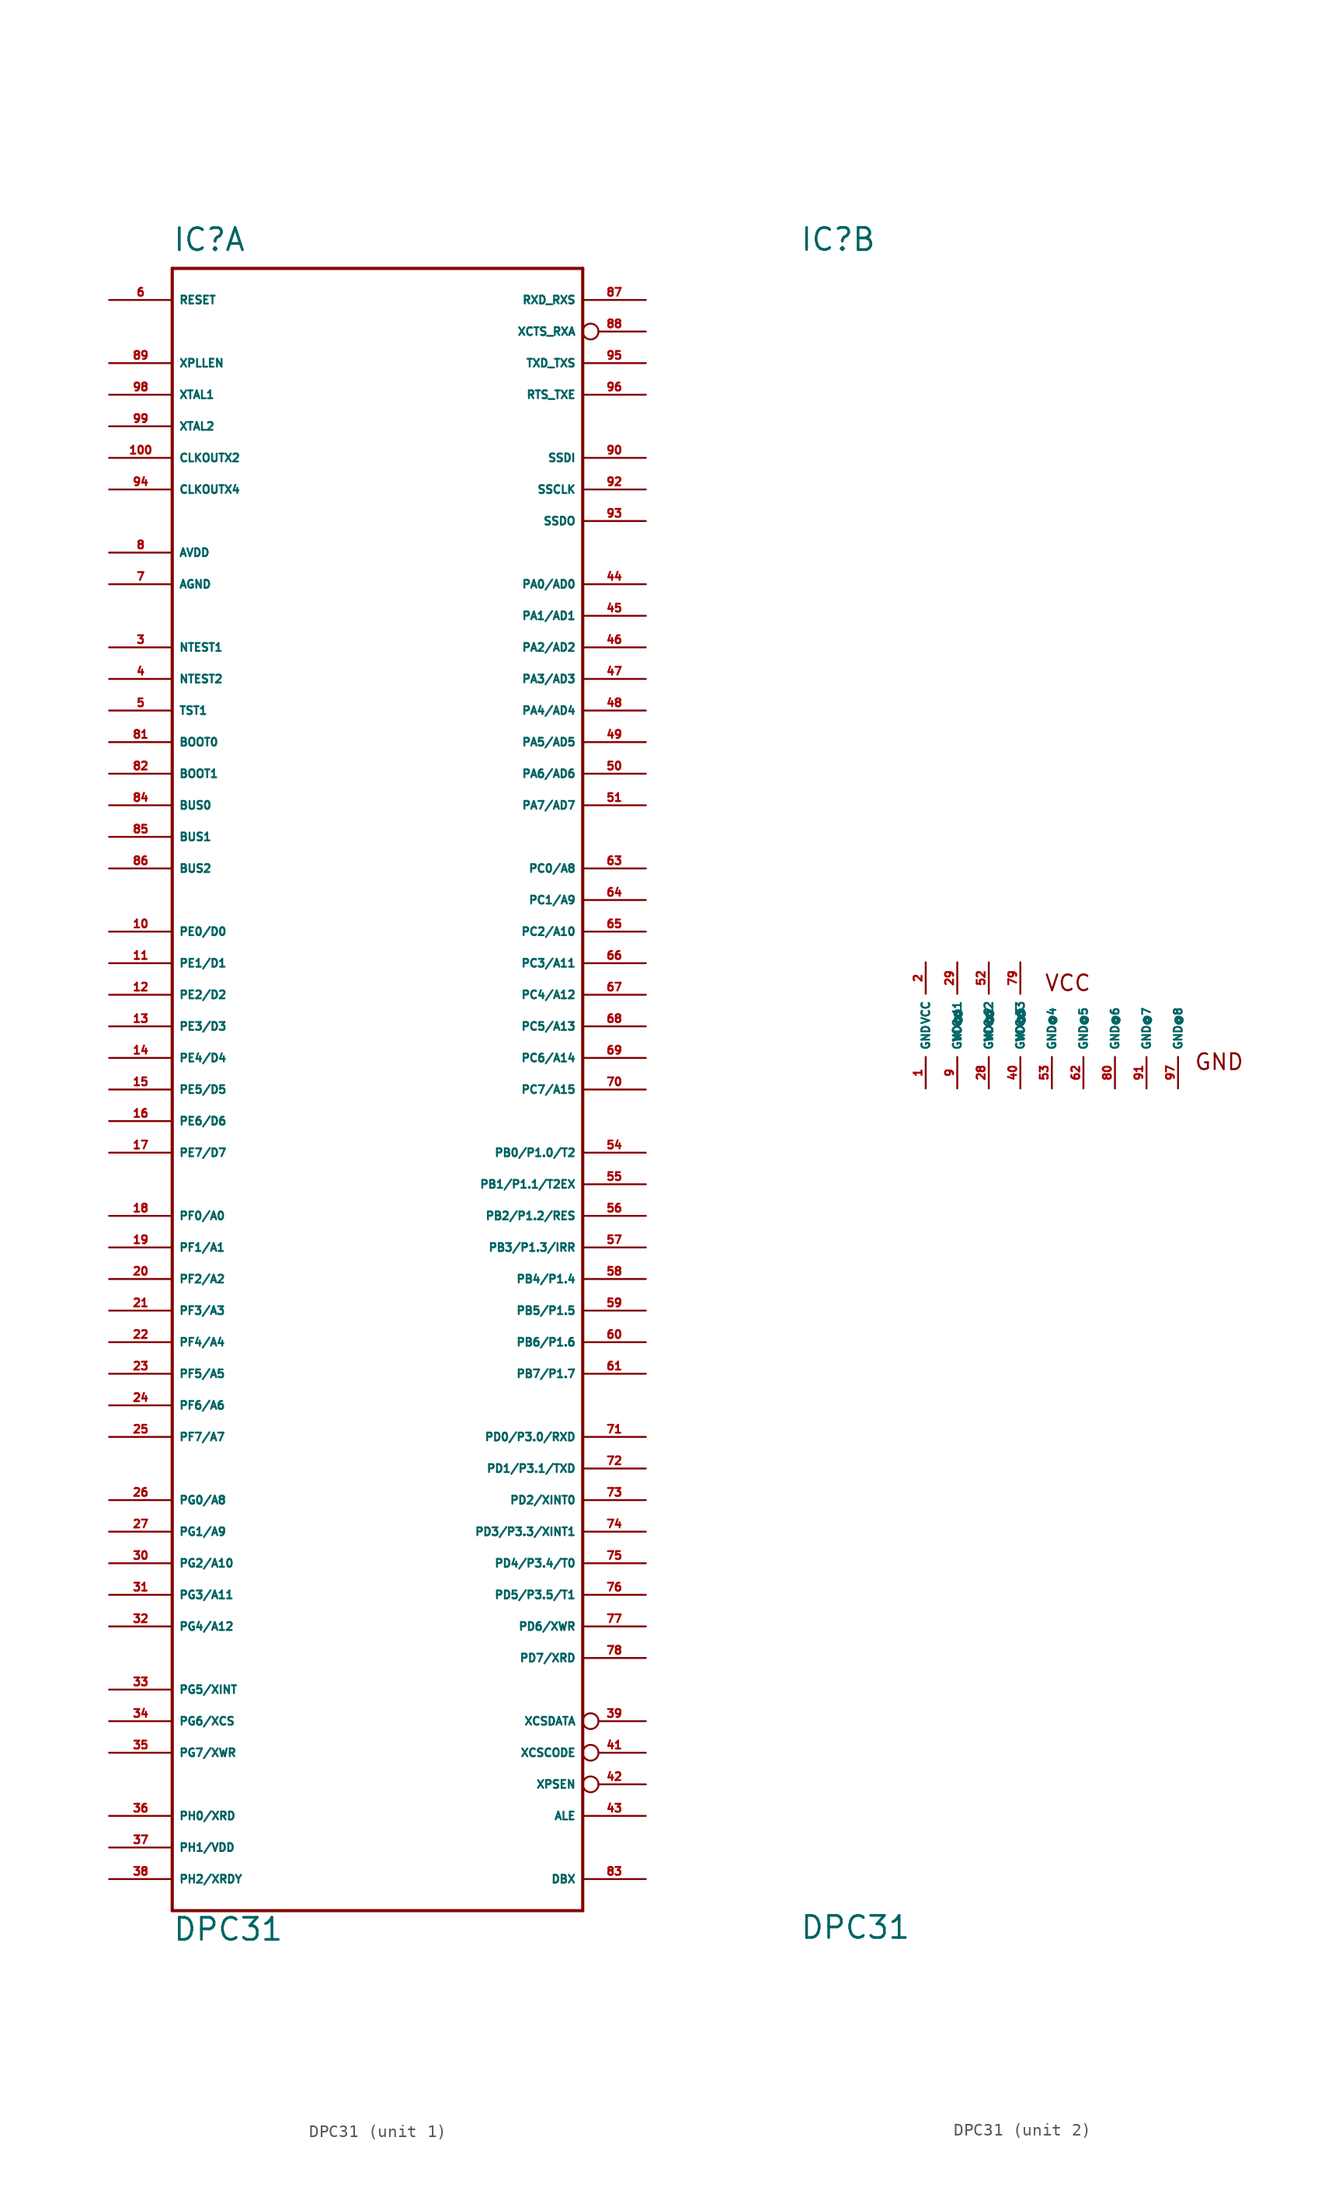
<source format=kicad_sym>
(kicad_symbol_lib
  (version 20220914)
  (generator Eagle2Kicad)
  (symbol "DPC31"
    (property "Reference" "IC"
      (at -17.78 62.23 0)
      (effects (font (size 1.778 1.778) (thickness 0.22)) (justify left bottom)))
    (property "Value" "DPC31"
      (at -17.78 -73.66 0)
      (effects (font (size 1.778 1.778) (thickness 0.22)) (justify left bottom)))
    (symbol "DPC31_1_0"
      (polyline (pts (xy -17.78 60.96) (xy 15.24 60.96)) (stroke (width 0.254) (type default)) (fill (type none)))
      (polyline (pts (xy 15.24 60.96) (xy 15.24 -71.12)) (stroke (width 0.254) (type default)) (fill (type none)))
      (polyline (pts (xy 15.24 -71.12) (xy -17.78 -71.12)) (stroke (width 0.254) (type default)) (fill (type none)))
      (polyline (pts (xy -17.78 -71.12) (xy -17.78 60.96)) (stroke (width 0.254) (type default)) (fill (type none)))
      (pin output line (at 20.32 -63.5 180) (length 5.08) (name "ALE" (effects (font (size 0.635 0.635) (thickness 0.08)) (justify left bottom))) (number "43" (effects (font (size 0.635 0.635) (thickness 0.08)) (justify left bottom))))
      (pin output inverted (at 20.32 -60.96 180) (length 5.08) (name "XPSEN" (effects (font (size 0.635 0.635) (thickness 0.08)) (justify left bottom))) (number "42" (effects (font (size 0.635 0.635) (thickness 0.08)) (justify left bottom))))
      (pin output inverted (at 20.32 -55.88 180) (length 5.08) (name "XCSDATA" (effects (font (size 0.635 0.635) (thickness 0.08)) (justify left bottom))) (number "39" (effects (font (size 0.635 0.635) (thickness 0.08)) (justify left bottom))))
      (pin input line (at -22.86 58.42 0) (length 5.08) (name "RESET" (effects (font (size 0.635 0.635) (thickness 0.08)) (justify left bottom))) (number "6" (effects (font (size 0.635 0.635) (thickness 0.08)) (justify left bottom))))
      (pin input line (at 20.32 58.42 180) (length 5.08) (name "RXD_RXS" (effects (font (size 0.635 0.635) (thickness 0.08)) (justify left bottom))) (number "87" (effects (font (size 0.635 0.635) (thickness 0.08)) (justify left bottom))))
      (pin output inverted (at 20.32 -58.42 180) (length 5.08) (name "XCSCODE" (effects (font (size 0.635 0.635) (thickness 0.08)) (justify left bottom))) (number "41" (effects (font (size 0.635 0.635) (thickness 0.08)) (justify left bottom))))
      (pin input line (at -22.86 50.8 0) (length 5.08) (name "XTAL1" (effects (font (size 0.635 0.635) (thickness 0.08)) (justify left bottom))) (number "98" (effects (font (size 0.635 0.635) (thickness 0.08)) (justify left bottom))))
      (pin output line (at -22.86 48.26 0) (length 5.08) (name "XTAL2" (effects (font (size 0.635 0.635) (thickness 0.08)) (justify left bottom))) (number "99" (effects (font (size 0.635 0.635) (thickness 0.08)) (justify left bottom))))
      (pin output line (at -22.86 45.72 0) (length 5.08) (name "CLKOUTX2" (effects (font (size 0.635 0.635) (thickness 0.08)) (justify left bottom))) (number "100" (effects (font (size 0.635 0.635) (thickness 0.08)) (justify left bottom))))
      (pin output line (at -22.86 43.18 0) (length 5.08) (name "CLKOUTX4" (effects (font (size 0.635 0.635) (thickness 0.08)) (justify left bottom))) (number "94" (effects (font (size 0.635 0.635) (thickness 0.08)) (justify left bottom))))
      (pin unspecified line (at -22.86 38.1 0) (length 5.08) (name "AVDD" (effects (font (size 0.635 0.635) (thickness 0.08)) (justify left bottom))) (number "8" (effects (font (size 0.635 0.635) (thickness 0.08)) (justify left bottom))))
      (pin unspecified line (at -22.86 35.56 0) (length 5.08) (name "AGND" (effects (font (size 0.635 0.635) (thickness 0.08)) (justify left bottom))) (number "7" (effects (font (size 0.635 0.635) (thickness 0.08)) (justify left bottom))))
      (pin input line (at -22.86 30.48 0) (length 5.08) (name "NTEST1" (effects (font (size 0.635 0.635) (thickness 0.08)) (justify left bottom))) (number "3" (effects (font (size 0.635 0.635) (thickness 0.08)) (justify left bottom))))
      (pin input line (at -22.86 27.94 0) (length 5.08) (name "NTEST2" (effects (font (size 0.635 0.635) (thickness 0.08)) (justify left bottom))) (number "4" (effects (font (size 0.635 0.635) (thickness 0.08)) (justify left bottom))))
      (pin input line (at -22.86 25.4 0) (length 5.08) (name "TST1" (effects (font (size 0.635 0.635) (thickness 0.08)) (justify left bottom))) (number "5" (effects (font (size 0.635 0.635) (thickness 0.08)) (justify left bottom))))
      (pin input line (at -22.86 22.86 0) (length 5.08) (name "BOOT0" (effects (font (size 0.635 0.635) (thickness 0.08)) (justify left bottom))) (number "81" (effects (font (size 0.635 0.635) (thickness 0.08)) (justify left bottom))))
      (pin input line (at -22.86 20.32 0) (length 5.08) (name "BOOT1" (effects (font (size 0.635 0.635) (thickness 0.08)) (justify left bottom))) (number "82" (effects (font (size 0.635 0.635) (thickness 0.08)) (justify left bottom))))
      (pin input line (at -22.86 17.78 0) (length 5.08) (name "BUS0" (effects (font (size 0.635 0.635) (thickness 0.08)) (justify left bottom))) (number "84" (effects (font (size 0.635 0.635) (thickness 0.08)) (justify left bottom))))
      (pin input line (at -22.86 15.24 0) (length 5.08) (name "BUS1" (effects (font (size 0.635 0.635) (thickness 0.08)) (justify left bottom))) (number "85" (effects (font (size 0.635 0.635) (thickness 0.08)) (justify left bottom))))
      (pin input line (at -22.86 12.7 0) (length 5.08) (name "BUS2" (effects (font (size 0.635 0.635) (thickness 0.08)) (justify left bottom))) (number "86" (effects (font (size 0.635 0.635) (thickness 0.08)) (justify left bottom))))
      (pin bidirectional line (at -22.86 7.62 0) (length 5.08) (name "PE0/D0" (effects (font (size 0.635 0.635) (thickness 0.08)) (justify left bottom))) (number "10" (effects (font (size 0.635 0.635) (thickness 0.08)) (justify left bottom))))
      (pin bidirectional line (at -22.86 5.08 0) (length 5.08) (name "PE1/D1" (effects (font (size 0.635 0.635) (thickness 0.08)) (justify left bottom))) (number "11" (effects (font (size 0.635 0.635) (thickness 0.08)) (justify left bottom))))
      (pin bidirectional line (at -22.86 2.54 0) (length 5.08) (name "PE2/D2" (effects (font (size 0.635 0.635) (thickness 0.08)) (justify left bottom))) (number "12" (effects (font (size 0.635 0.635) (thickness 0.08)) (justify left bottom))))
      (pin bidirectional line (at -22.86 0 0) (length 5.08) (name "PE3/D3" (effects (font (size 0.635 0.635) (thickness 0.08)) (justify left bottom))) (number "13" (effects (font (size 0.635 0.635) (thickness 0.08)) (justify left bottom))))
      (pin bidirectional line (at -22.86 -2.54 0) (length 5.08) (name "PE4/D4" (effects (font (size 0.635 0.635) (thickness 0.08)) (justify left bottom))) (number "14" (effects (font (size 0.635 0.635) (thickness 0.08)) (justify left bottom))))
      (pin bidirectional line (at -22.86 -5.08 0) (length 5.08) (name "PE5/D5" (effects (font (size 0.635 0.635) (thickness 0.08)) (justify left bottom))) (number "15" (effects (font (size 0.635 0.635) (thickness 0.08)) (justify left bottom))))
      (pin bidirectional line (at -22.86 -7.62 0) (length 5.08) (name "PE6/D6" (effects (font (size 0.635 0.635) (thickness 0.08)) (justify left bottom))) (number "16" (effects (font (size 0.635 0.635) (thickness 0.08)) (justify left bottom))))
      (pin bidirectional line (at -22.86 -10.16 0) (length 5.08) (name "PE7/D7" (effects (font (size 0.635 0.635) (thickness 0.08)) (justify left bottom))) (number "17" (effects (font (size 0.635 0.635) (thickness 0.08)) (justify left bottom))))
      (pin input line (at -22.86 53.34 0) (length 5.08) (name "XPLLEN" (effects (font (size 0.635 0.635) (thickness 0.08)) (justify left bottom))) (number "89" (effects (font (size 0.635 0.635) (thickness 0.08)) (justify left bottom))))
      (pin input line (at -22.86 -15.24 0) (length 5.08) (name "PF0/A0" (effects (font (size 0.635 0.635) (thickness 0.08)) (justify left bottom))) (number "18" (effects (font (size 0.635 0.635) (thickness 0.08)) (justify left bottom))))
      (pin input line (at -22.86 -17.78 0) (length 5.08) (name "PF1/A1" (effects (font (size 0.635 0.635) (thickness 0.08)) (justify left bottom))) (number "19" (effects (font (size 0.635 0.635) (thickness 0.08)) (justify left bottom))))
      (pin input line (at -22.86 -20.32 0) (length 5.08) (name "PF2/A2" (effects (font (size 0.635 0.635) (thickness 0.08)) (justify left bottom))) (number "20" (effects (font (size 0.635 0.635) (thickness 0.08)) (justify left bottom))))
      (pin input line (at -22.86 -22.86 0) (length 5.08) (name "PF3/A3" (effects (font (size 0.635 0.635) (thickness 0.08)) (justify left bottom))) (number "21" (effects (font (size 0.635 0.635) (thickness 0.08)) (justify left bottom))))
      (pin input line (at -22.86 -25.4 0) (length 5.08) (name "PF4/A4" (effects (font (size 0.635 0.635) (thickness 0.08)) (justify left bottom))) (number "22" (effects (font (size 0.635 0.635) (thickness 0.08)) (justify left bottom))))
      (pin input line (at -22.86 -27.94 0) (length 5.08) (name "PF5/A5" (effects (font (size 0.635 0.635) (thickness 0.08)) (justify left bottom))) (number "23" (effects (font (size 0.635 0.635) (thickness 0.08)) (justify left bottom))))
      (pin input line (at -22.86 -30.48 0) (length 5.08) (name "PF6/A6" (effects (font (size 0.635 0.635) (thickness 0.08)) (justify left bottom))) (number "24" (effects (font (size 0.635 0.635) (thickness 0.08)) (justify left bottom))))
      (pin input line (at -22.86 -33.02 0) (length 5.08) (name "PF7/A7" (effects (font (size 0.635 0.635) (thickness 0.08)) (justify left bottom))) (number "25" (effects (font (size 0.635 0.635) (thickness 0.08)) (justify left bottom))))
      (pin input line (at -22.86 -38.1 0) (length 5.08) (name "PG0/A8" (effects (font (size 0.635 0.635) (thickness 0.08)) (justify left bottom))) (number "26" (effects (font (size 0.635 0.635) (thickness 0.08)) (justify left bottom))))
      (pin input line (at -22.86 -40.64 0) (length 5.08) (name "PG1/A9" (effects (font (size 0.635 0.635) (thickness 0.08)) (justify left bottom))) (number "27" (effects (font (size 0.635 0.635) (thickness 0.08)) (justify left bottom))))
      (pin input line (at -22.86 -43.18 0) (length 5.08) (name "PG2/A10" (effects (font (size 0.635 0.635) (thickness 0.08)) (justify left bottom))) (number "30" (effects (font (size 0.635 0.635) (thickness 0.08)) (justify left bottom))))
      (pin input line (at -22.86 -45.72 0) (length 5.08) (name "PG3/A11" (effects (font (size 0.635 0.635) (thickness 0.08)) (justify left bottom))) (number "31" (effects (font (size 0.635 0.635) (thickness 0.08)) (justify left bottom))))
      (pin input line (at -22.86 -48.26 0) (length 5.08) (name "PG4/A12" (effects (font (size 0.635 0.635) (thickness 0.08)) (justify left bottom))) (number "32" (effects (font (size 0.635 0.635) (thickness 0.08)) (justify left bottom))))
      (pin output line (at -22.86 -53.34 0) (length 5.08) (name "PG5/XINT" (effects (font (size 0.635 0.635) (thickness 0.08)) (justify left bottom))) (number "33" (effects (font (size 0.635 0.635) (thickness 0.08)) (justify left bottom))))
      (pin input line (at -22.86 -55.88 0) (length 5.08) (name "PG6/XCS" (effects (font (size 0.635 0.635) (thickness 0.08)) (justify left bottom))) (number "34" (effects (font (size 0.635 0.635) (thickness 0.08)) (justify left bottom))))
      (pin input line (at -22.86 -58.42 0) (length 5.08) (name "PG7/XWR" (effects (font (size 0.635 0.635) (thickness 0.08)) (justify left bottom))) (number "35" (effects (font (size 0.635 0.635) (thickness 0.08)) (justify left bottom))))
      (pin input line (at -22.86 -63.5 0) (length 5.08) (name "PH0/XRD" (effects (font (size 0.635 0.635) (thickness 0.08)) (justify left bottom))) (number "36" (effects (font (size 0.635 0.635) (thickness 0.08)) (justify left bottom))))
      (pin input line (at -22.86 -66.04 0) (length 5.08) (name "PH1/VDD" (effects (font (size 0.635 0.635) (thickness 0.08)) (justify left bottom))) (number "37" (effects (font (size 0.635 0.635) (thickness 0.08)) (justify left bottom))))
      (pin output line (at -22.86 -68.58 0) (length 5.08) (name "PH2/XRDY" (effects (font (size 0.635 0.635) (thickness 0.08)) (justify left bottom))) (number "38" (effects (font (size 0.635 0.635) (thickness 0.08)) (justify left bottom))))
      (pin input inverted (at 20.32 55.88 180) (length 5.08) (name "XCTS_RXA" (effects (font (size 0.635 0.635) (thickness 0.08)) (justify left bottom))) (number "88" (effects (font (size 0.635 0.635) (thickness 0.08)) (justify left bottom))))
      (pin output line (at 20.32 53.34 180) (length 5.08) (name "TXD_TXS" (effects (font (size 0.635 0.635) (thickness 0.08)) (justify left bottom))) (number "95" (effects (font (size 0.635 0.635) (thickness 0.08)) (justify left bottom))))
      (pin output line (at 20.32 50.8 180) (length 5.08) (name "RTS_TXE" (effects (font (size 0.635 0.635) (thickness 0.08)) (justify left bottom))) (number "96" (effects (font (size 0.635 0.635) (thickness 0.08)) (justify left bottom))))
      (pin input line (at 20.32 45.72 180) (length 5.08) (name "SSDI" (effects (font (size 0.635 0.635) (thickness 0.08)) (justify left bottom))) (number "90" (effects (font (size 0.635 0.635) (thickness 0.08)) (justify left bottom))))
      (pin output line (at 20.32 43.18 180) (length 5.08) (name "SSCLK" (effects (font (size 0.635 0.635) (thickness 0.08)) (justify left bottom))) (number "92" (effects (font (size 0.635 0.635) (thickness 0.08)) (justify left bottom))))
      (pin output line (at 20.32 40.64 180) (length 5.08) (name "SSDO" (effects (font (size 0.635 0.635) (thickness 0.08)) (justify left bottom))) (number "93" (effects (font (size 0.635 0.635) (thickness 0.08)) (justify left bottom))))
      (pin bidirectional line (at 20.32 35.56 180) (length 5.08) (name "PA0/AD0" (effects (font (size 0.635 0.635) (thickness 0.08)) (justify left bottom))) (number "44" (effects (font (size 0.635 0.635) (thickness 0.08)) (justify left bottom))))
      (pin bidirectional line (at 20.32 33.02 180) (length 5.08) (name "PA1/AD1" (effects (font (size 0.635 0.635) (thickness 0.08)) (justify left bottom))) (number "45" (effects (font (size 0.635 0.635) (thickness 0.08)) (justify left bottom))))
      (pin bidirectional line (at 20.32 30.48 180) (length 5.08) (name "PA2/AD2" (effects (font (size 0.635 0.635) (thickness 0.08)) (justify left bottom))) (number "46" (effects (font (size 0.635 0.635) (thickness 0.08)) (justify left bottom))))
      (pin bidirectional line (at 20.32 27.94 180) (length 5.08) (name "PA3/AD3" (effects (font (size 0.635 0.635) (thickness 0.08)) (justify left bottom))) (number "47" (effects (font (size 0.635 0.635) (thickness 0.08)) (justify left bottom))))
      (pin bidirectional line (at 20.32 25.4 180) (length 5.08) (name "PA4/AD4" (effects (font (size 0.635 0.635) (thickness 0.08)) (justify left bottom))) (number "48" (effects (font (size 0.635 0.635) (thickness 0.08)) (justify left bottom))))
      (pin bidirectional line (at 20.32 22.86 180) (length 5.08) (name "PA5/AD5" (effects (font (size 0.635 0.635) (thickness 0.08)) (justify left bottom))) (number "49" (effects (font (size 0.635 0.635) (thickness 0.08)) (justify left bottom))))
      (pin bidirectional line (at 20.32 20.32 180) (length 5.08) (name "PA6/AD6" (effects (font (size 0.635 0.635) (thickness 0.08)) (justify left bottom))) (number "50" (effects (font (size 0.635 0.635) (thickness 0.08)) (justify left bottom))))
      (pin bidirectional line (at 20.32 17.78 180) (length 5.08) (name "PA7/AD7" (effects (font (size 0.635 0.635) (thickness 0.08)) (justify left bottom))) (number "51" (effects (font (size 0.635 0.635) (thickness 0.08)) (justify left bottom))))
      (pin output line (at 20.32 12.7 180) (length 5.08) (name "PC0/A8" (effects (font (size 0.635 0.635) (thickness 0.08)) (justify left bottom))) (number "63" (effects (font (size 0.635 0.635) (thickness 0.08)) (justify left bottom))))
      (pin output line (at 20.32 10.16 180) (length 5.08) (name "PC1/A9" (effects (font (size 0.635 0.635) (thickness 0.08)) (justify left bottom))) (number "64" (effects (font (size 0.635 0.635) (thickness 0.08)) (justify left bottom))))
      (pin output line (at 20.32 7.62 180) (length 5.08) (name "PC2/A10" (effects (font (size 0.635 0.635) (thickness 0.08)) (justify left bottom))) (number "65" (effects (font (size 0.635 0.635) (thickness 0.08)) (justify left bottom))))
      (pin output line (at 20.32 5.08 180) (length 5.08) (name "PC3/A11" (effects (font (size 0.635 0.635) (thickness 0.08)) (justify left bottom))) (number "66" (effects (font (size 0.635 0.635) (thickness 0.08)) (justify left bottom))))
      (pin output line (at 20.32 2.54 180) (length 5.08) (name "PC4/A12" (effects (font (size 0.635 0.635) (thickness 0.08)) (justify left bottom))) (number "67" (effects (font (size 0.635 0.635) (thickness 0.08)) (justify left bottom))))
      (pin output line (at 20.32 0 180) (length 5.08) (name "PC5/A13" (effects (font (size 0.635 0.635) (thickness 0.08)) (justify left bottom))) (number "68" (effects (font (size 0.635 0.635) (thickness 0.08)) (justify left bottom))))
      (pin output line (at 20.32 -2.54 180) (length 5.08) (name "PC6/A14" (effects (font (size 0.635 0.635) (thickness 0.08)) (justify left bottom))) (number "69" (effects (font (size 0.635 0.635) (thickness 0.08)) (justify left bottom))))
      (pin output line (at 20.32 -5.08 180) (length 5.08) (name "PC7/A15" (effects (font (size 0.635 0.635) (thickness 0.08)) (justify left bottom))) (number "70" (effects (font (size 0.635 0.635) (thickness 0.08)) (justify left bottom))))
      (pin bidirectional line (at 20.32 -10.16 180) (length 5.08) (name "PB0/P1.0/T2" (effects (font (size 0.635 0.635) (thickness 0.08)) (justify left bottom))) (number "54" (effects (font (size 0.635 0.635) (thickness 0.08)) (justify left bottom))))
      (pin bidirectional line (at 20.32 -12.7 180) (length 5.08) (name "PB1/P1.1/T2EX" (effects (font (size 0.635 0.635) (thickness 0.08)) (justify left bottom))) (number "55" (effects (font (size 0.635 0.635) (thickness 0.08)) (justify left bottom))))
      (pin bidirectional line (at 20.32 -15.24 180) (length 5.08) (name "PB2/P1.2/RES" (effects (font (size 0.635 0.635) (thickness 0.08)) (justify left bottom))) (number "56" (effects (font (size 0.635 0.635) (thickness 0.08)) (justify left bottom))))
      (pin bidirectional line (at 20.32 -17.78 180) (length 5.08) (name "PB3/P1.3/IRR" (effects (font (size 0.635 0.635) (thickness 0.08)) (justify left bottom))) (number "57" (effects (font (size 0.635 0.635) (thickness 0.08)) (justify left bottom))))
      (pin bidirectional line (at 20.32 -20.32 180) (length 5.08) (name "PB4/P1.4" (effects (font (size 0.635 0.635) (thickness 0.08)) (justify left bottom))) (number "58" (effects (font (size 0.635 0.635) (thickness 0.08)) (justify left bottom))))
      (pin bidirectional line (at 20.32 -22.86 180) (length 5.08) (name "PB5/P1.5" (effects (font (size 0.635 0.635) (thickness 0.08)) (justify left bottom))) (number "59" (effects (font (size 0.635 0.635) (thickness 0.08)) (justify left bottom))))
      (pin bidirectional line (at 20.32 -25.4 180) (length 5.08) (name "PB6/P1.6" (effects (font (size 0.635 0.635) (thickness 0.08)) (justify left bottom))) (number "60" (effects (font (size 0.635 0.635) (thickness 0.08)) (justify left bottom))))
      (pin bidirectional line (at 20.32 -27.94 180) (length 5.08) (name "PB7/P1.7" (effects (font (size 0.635 0.635) (thickness 0.08)) (justify left bottom))) (number "61" (effects (font (size 0.635 0.635) (thickness 0.08)) (justify left bottom))))
      (pin bidirectional line (at 20.32 -33.02 180) (length 5.08) (name "PD0/P3.0/RXD" (effects (font (size 0.635 0.635) (thickness 0.08)) (justify left bottom))) (number "71" (effects (font (size 0.635 0.635) (thickness 0.08)) (justify left bottom))))
      (pin bidirectional line (at 20.32 -35.56 180) (length 5.08) (name "PD1/P3.1/TXD" (effects (font (size 0.635 0.635) (thickness 0.08)) (justify left bottom))) (number "72" (effects (font (size 0.635 0.635) (thickness 0.08)) (justify left bottom))))
      (pin bidirectional line (at 20.32 -38.1 180) (length 5.08) (name "PD2/XINT0" (effects (font (size 0.635 0.635) (thickness 0.08)) (justify left bottom))) (number "73" (effects (font (size 0.635 0.635) (thickness 0.08)) (justify left bottom))))
      (pin bidirectional line (at 20.32 -40.64 180) (length 5.08) (name "PD3/P3.3/XINT1" (effects (font (size 0.635 0.635) (thickness 0.08)) (justify left bottom))) (number "74" (effects (font (size 0.635 0.635) (thickness 0.08)) (justify left bottom))))
      (pin bidirectional line (at 20.32 -43.18 180) (length 5.08) (name "PD4/P3.4/T0" (effects (font (size 0.635 0.635) (thickness 0.08)) (justify left bottom))) (number "75" (effects (font (size 0.635 0.635) (thickness 0.08)) (justify left bottom))))
      (pin bidirectional line (at 20.32 -45.72 180) (length 5.08) (name "PD5/P3.5/T1" (effects (font (size 0.635 0.635) (thickness 0.08)) (justify left bottom))) (number "76" (effects (font (size 0.635 0.635) (thickness 0.08)) (justify left bottom))))
      (pin bidirectional line (at 20.32 -48.26 180) (length 5.08) (name "PD6/XWR" (effects (font (size 0.635 0.635) (thickness 0.08)) (justify left bottom))) (number "77" (effects (font (size 0.635 0.635) (thickness 0.08)) (justify left bottom))))
      (pin bidirectional line (at 20.32 -50.8 180) (length 5.08) (name "PD7/XRD" (effects (font (size 0.635 0.635) (thickness 0.08)) (justify left bottom))) (number "78" (effects (font (size 0.635 0.635) (thickness 0.08)) (justify left bottom))))
      (pin input line (at 20.32 -68.58 180) (length 5.08) (name "DBX" (effects (font (size 0.635 0.635) (thickness 0.08)) (justify left bottom))) (number "83" (effects (font (size 0.635 0.635) (thickness 0.08)) (justify left bottom)))))
    (symbol "DPC31_2_0"
      (text "GND" (at 13.97 -3.683 0) (effects (font (size 1.27 1.27) (thickness 0.16)) (justify left bottom)))
      (text "VCC" (at 1.905 2.667 0) (effects (font (size 1.27 1.27) (thickness 0.16)) (justify left bottom)))
      (pin unspecified line (at -7.62 5.08 270) (length 2.54) (name "VCC" (effects (font (size 0.635 0.635) (thickness 0.08)) (justify left bottom))) (number "2" (effects (font (size 0.635 0.635) (thickness 0.08)) (justify left bottom))))
      (pin unspecified line (at -7.62 -5.08 90) (length 2.54) (name "GND" (effects (font (size 0.635 0.635) (thickness 0.08)) (justify left bottom))) (number "1" (effects (font (size 0.635 0.635) (thickness 0.08)) (justify left bottom))))
      (pin unspecified line (at -5.08 5.08 270) (length 2.54) (name "VCC@1" (effects (font (size 0.635 0.635) (thickness 0.08)) (justify left bottom))) (number "29" (effects (font (size 0.635 0.635) (thickness 0.08)) (justify left bottom))))
      (pin unspecified line (at -5.08 -5.08 90) (length 2.54) (name "GND@1" (effects (font (size 0.635 0.635) (thickness 0.08)) (justify left bottom))) (number "9" (effects (font (size 0.635 0.635) (thickness 0.08)) (justify left bottom))))
      (pin unspecified line (at -2.54 -5.08 90) (length 2.54) (name "GND@2" (effects (font (size 0.635 0.635) (thickness 0.08)) (justify left bottom))) (number "28" (effects (font (size 0.635 0.635) (thickness 0.08)) (justify left bottom))))
      (pin unspecified line (at 0 -5.08 90) (length 2.54) (name "GND@3" (effects (font (size 0.635 0.635) (thickness 0.08)) (justify left bottom))) (number "40" (effects (font (size 0.635 0.635) (thickness 0.08)) (justify left bottom))))
      (pin unspecified line (at -2.54 5.08 270) (length 2.54) (name "VCC@2" (effects (font (size 0.635 0.635) (thickness 0.08)) (justify left bottom))) (number "52" (effects (font (size 0.635 0.635) (thickness 0.08)) (justify left bottom))))
      (pin unspecified line (at 2.54 -5.08 90) (length 2.54) (name "GND@4" (effects (font (size 0.635 0.635) (thickness 0.08)) (justify left bottom))) (number "53" (effects (font (size 0.635 0.635) (thickness 0.08)) (justify left bottom))))
      (pin unspecified line (at 0 5.08 270) (length 2.54) (name "VCC@3" (effects (font (size 0.635 0.635) (thickness 0.08)) (justify left bottom))) (number "79" (effects (font (size 0.635 0.635) (thickness 0.08)) (justify left bottom))))
      (pin unspecified line (at 5.08 -5.08 90) (length 2.54) (name "GND@5" (effects (font (size 0.635 0.635) (thickness 0.08)) (justify left bottom))) (number "62" (effects (font (size 0.635 0.635) (thickness 0.08)) (justify left bottom))))
      (pin unspecified line (at 7.62 -5.08 90) (length 2.54) (name "GND@6" (effects (font (size 0.635 0.635) (thickness 0.08)) (justify left bottom))) (number "80" (effects (font (size 0.635 0.635) (thickness 0.08)) (justify left bottom))))
      (pin unspecified line (at 10.16 -5.08 90) (length 2.54) (name "GND@7" (effects (font (size 0.635 0.635) (thickness 0.08)) (justify left bottom))) (number "91" (effects (font (size 0.635 0.635) (thickness 0.08)) (justify left bottom))))
      (pin unspecified line (at 12.7 -5.08 90) (length 2.54) (name "GND@8" (effects (font (size 0.635 0.635) (thickness 0.08)) (justify left bottom))) (number "97" (effects (font (size 0.635 0.635) (thickness 0.08)) (justify left bottom)))))))
</source>
